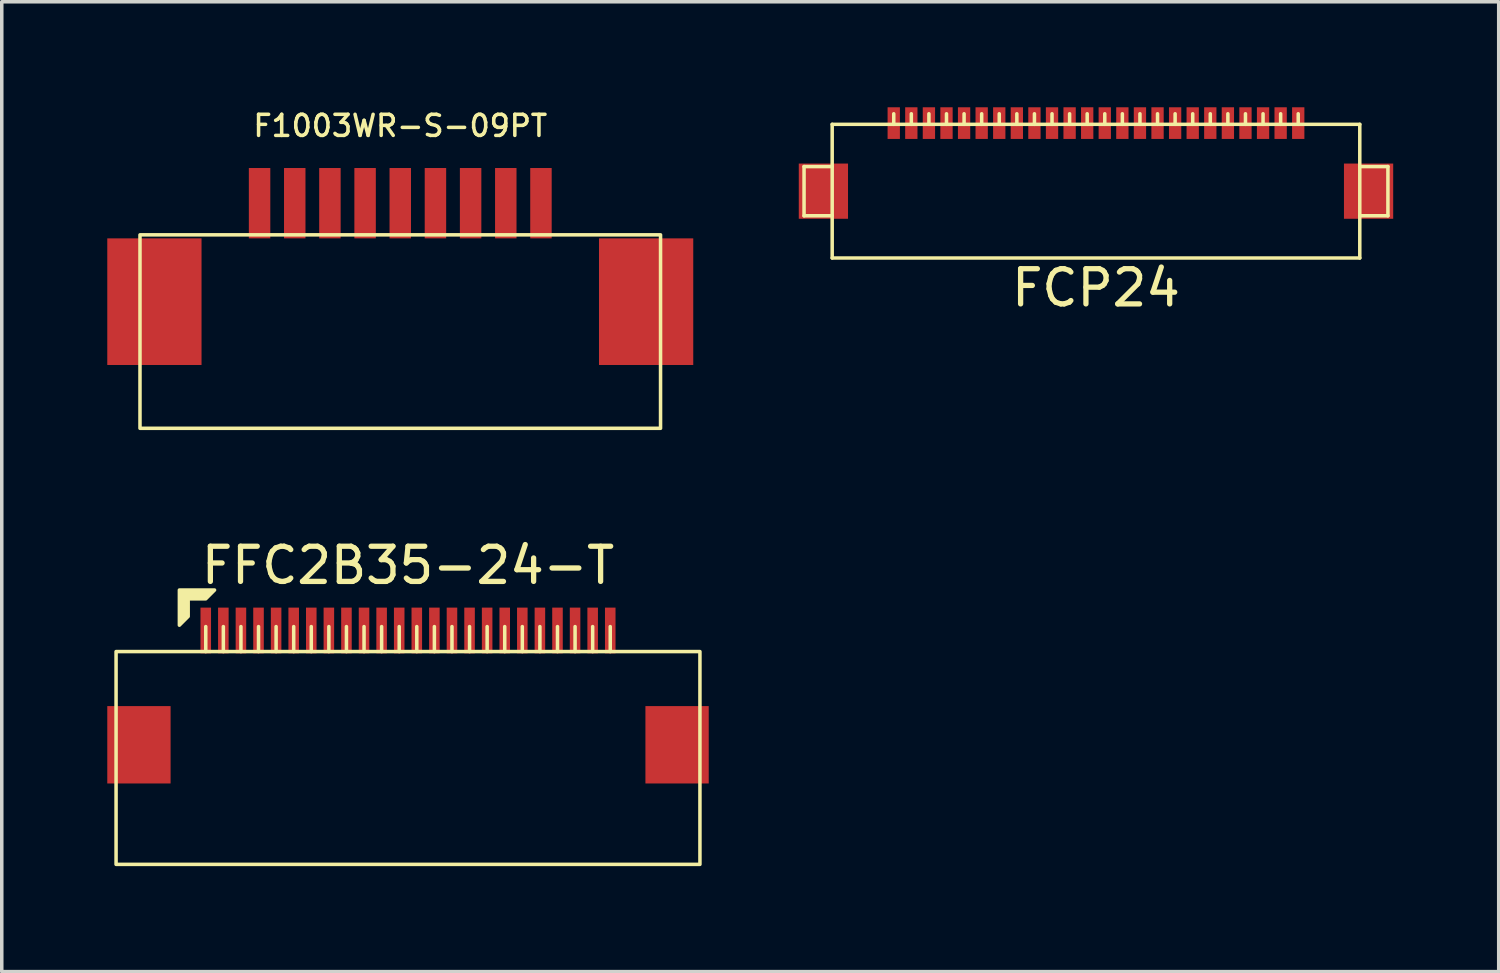
<source format=kicad_pcb>
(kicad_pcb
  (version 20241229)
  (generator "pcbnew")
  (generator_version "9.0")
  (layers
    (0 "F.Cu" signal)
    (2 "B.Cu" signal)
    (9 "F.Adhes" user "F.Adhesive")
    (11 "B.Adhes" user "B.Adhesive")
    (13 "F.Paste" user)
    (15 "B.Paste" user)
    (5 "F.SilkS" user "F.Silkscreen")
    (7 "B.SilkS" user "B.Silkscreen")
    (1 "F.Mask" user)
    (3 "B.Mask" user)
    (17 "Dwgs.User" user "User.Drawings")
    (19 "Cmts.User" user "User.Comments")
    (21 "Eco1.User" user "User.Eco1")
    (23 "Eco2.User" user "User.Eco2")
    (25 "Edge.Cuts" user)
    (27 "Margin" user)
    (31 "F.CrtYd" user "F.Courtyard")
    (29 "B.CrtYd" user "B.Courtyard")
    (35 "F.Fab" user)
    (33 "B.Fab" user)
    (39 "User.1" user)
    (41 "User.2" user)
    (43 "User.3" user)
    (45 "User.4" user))
  (footprint "F1003WR-S-09PT"
    (layer "F.Cu")
    (at 8.33 4.527)
    (property "Reference" "F1003WR-S-09PT" (at 0 -4 0) (layer "F.SilkS") (effects (font (size 0.6 0.6) (thickness 0.1))))
    (attr smd)
    (fp_rect (start -7.4 -0.9) (end 7.4 4.6) (stroke (width 0.1) (type default)) (fill no) (layer "F.SilkS"))
    (pad "" smd rect (at -6.99 1) (size 2.68 3.6) (layers "F.Cu" "F.Mask" "F.Paste"))
    (pad "" smd rect (at 6.99 1) (size 2.68 3.6) (layers "F.Cu" "F.Mask" "F.Paste"))
    (pad "1" smd rect (at -4 -1.8) (size 0.61 2) (layers "F.Cu" "F.Mask" "F.Paste"))
    (pad "2" smd rect (at -3 -1.8) (size 0.61 2) (layers "F.Cu" "F.Mask" "F.Paste"))
    (pad "3" smd rect (at -2 -1.8) (size 0.61 2) (layers "F.Cu" "F.Mask" "F.Paste"))
    (pad "4" smd rect (at -1 -1.8) (size 0.61 2) (layers "F.Cu" "F.Mask" "F.Paste"))
    (pad "5" smd rect (at 0 -1.8) (size 0.61 2) (layers "F.Cu" "F.Mask" "F.Paste"))
    (pad "6" smd rect (at 1 -1.8) (size 0.61 2) (layers "F.Cu" "F.Mask" "F.Paste"))
    (pad "7" smd rect (at 2 -1.8) (size 0.61 2) (layers "F.Cu" "F.Mask" "F.Paste"))
    (pad "8" smd rect (at 3 -1.8) (size 0.61 2) (layers "F.Cu" "F.Mask" "F.Paste"))
    (pad "9" smd rect (at 4 -1.8) (size 0.61 2) (layers "F.Cu" "F.Mask" "F.Paste")))
  (footprint "FFC2B35-24-T"
    (layer "F.Cu")
    (at 8.55 16.725)
    (property "Reference" "FFC2B35-24-T" (at 0 -3.7 0) (layer "F.SilkS") (effects (font (size 1 1) (thickness 0.15))))
    (attr smd)
    (fp_line (start -5.75 -1.96) (end -5.75 -1.25) (stroke (width 0.1) (type default)) (layer "F.SilkS"))
    (fp_line (start -5.25 -1.96) (end -5.25 -1.25) (stroke (width 0.1) (type default)) (layer "F.SilkS"))
    (fp_line (start -4.75 -1.96) (end -4.75 -1.25) (stroke (width 0.1) (type default)) (layer "F.SilkS"))
    (fp_line (start -4.25 -1.96) (end -4.25 -1.25) (stroke (width 0.1) (type default)) (layer "F.SilkS"))
    (fp_line (start -3.75 -1.96) (end -3.75 -1.25) (stroke (width 0.1) (type default)) (layer "F.SilkS"))
    (fp_line (start -3.25 -1.96) (end -3.25 -1.25) (stroke (width 0.1) (type default)) (layer "F.SilkS"))
    (fp_line (start -2.75 -1.96) (end -2.75 -1.25) (stroke (width 0.1) (type default)) (layer "F.SilkS"))
    (fp_line (start -2.25 -1.96) (end -2.25 -1.25) (stroke (width 0.1) (type default)) (layer "F.SilkS"))
    (fp_line (start -1.75 -1.96) (end -1.75 -1.25) (stroke (width 0.1) (type default)) (layer "F.SilkS"))
    (fp_line (start -1.25 -1.96) (end -1.25 -1.25) (stroke (width 0.1) (type default)) (layer "F.SilkS"))
    (fp_line (start -0.75 -1.96) (end -0.75 -1.25) (stroke (width 0.1) (type default)) (layer "F.SilkS"))
    (fp_line (start -0.25 -1.96) (end -0.25 -1.25) (stroke (width 0.1) (type default)) (layer "F.SilkS"))
    (fp_line (start 0.25 -1.96) (end 0.25 -1.25) (stroke (width 0.1) (type default)) (layer "F.SilkS"))
    (fp_line (start 0.75 -1.96) (end 0.75 -1.25) (stroke (width 0.1) (type default)) (layer "F.SilkS"))
    (fp_line (start 1.25 -1.96) (end 1.25 -1.25) (stroke (width 0.1) (type default)) (layer "F.SilkS"))
    (fp_line (start 1.75 -1.96) (end 1.75 -1.25) (stroke (width 0.1) (type default)) (layer "F.SilkS"))
    (fp_line (start 2.25 -1.96) (end 2.25 -1.25) (stroke (width 0.1) (type default)) (layer "F.SilkS"))
    (fp_line (start 2.75 -1.96) (end 2.75 -1.25) (stroke (width 0.1) (type default)) (layer "F.SilkS"))
    (fp_line (start 3.25 -1.96) (end 3.25 -1.25) (stroke (width 0.1) (type default)) (layer "F.SilkS"))
    (fp_line (start 3.75 -1.96) (end 3.75 -1.25) (stroke (width 0.1) (type default)) (layer "F.SilkS"))
    (fp_line (start 4.25 -1.96) (end 4.25 -1.25) (stroke (width 0.1) (type default)) (layer "F.SilkS"))
    (fp_line (start 4.75 -1.96) (end 4.75 -1.25) (stroke (width 0.1) (type default)) (layer "F.SilkS"))
    (fp_line (start 5.25 -1.96) (end 5.25 -1.25) (stroke (width 0.1) (type default)) (layer "F.SilkS"))
    (fp_line (start 5.75 -1.96) (end 5.75 -1.25) (stroke (width 0.1) (type default)) (layer "F.SilkS"))
    (fp_rect (start -8.3 -1.25) (end 8.3 4.8) (stroke (width 0.1) (type default)) (fill no) (layer "F.SilkS"))
    (fp_poly (pts (xy -6.25 -2.25) (xy -6.25 -2.75) (xy -5.75 -2.75) (xy -5.5 -3) (xy -6.5 -3) (xy -6.5 -2)) (stroke (width 0.1) (type solid)) (fill yes) (layer "F.SilkS"))
    (pad "1" smd rect (at -5.75 -1.85) (size 0.3 1.3) (layers "F.Cu" "F.Mask" "F.Paste"))
    (pad "2" smd rect (at -5.25 -1.85) (size 0.3 1.3) (layers "F.Cu" "F.Mask" "F.Paste"))
    (pad "3" smd rect (at -4.75 -1.85) (size 0.3 1.3) (layers "F.Cu" "F.Mask" "F.Paste"))
    (pad "4" smd rect (at -4.25 -1.85) (size 0.3 1.3) (layers "F.Cu" "F.Mask" "F.Paste"))
    (pad "5" smd rect (at -3.75 -1.85) (size 0.3 1.3) (layers "F.Cu" "F.Mask" "F.Paste"))
    (pad "6" smd rect (at -3.25 -1.85) (size 0.3 1.3) (layers "F.Cu" "F.Mask" "F.Paste"))
    (pad "7" smd rect (at -2.75 -1.85) (size 0.3 1.3) (layers "F.Cu" "F.Mask" "F.Paste"))
    (pad "8" smd rect (at -2.25 -1.85) (size 0.3 1.3) (layers "F.Cu" "F.Mask" "F.Paste"))
    (pad "9" smd rect (at -1.75 -1.85) (size 0.3 1.3) (layers "F.Cu" "F.Mask" "F.Paste"))
    (pad "10" smd rect (at -1.25 -1.85) (size 0.3 1.3) (layers "F.Cu" "F.Mask" "F.Paste"))
    (pad "11" smd rect (at -0.75 -1.85) (size 0.3 1.3) (layers "F.Cu" "F.Mask" "F.Paste"))
    (pad "12" smd rect (at -0.25 -1.85) (size 0.3 1.3) (layers "F.Cu" "F.Mask" "F.Paste"))
    (pad "13" smd rect (at 0.25 -1.85) (size 0.3 1.3) (layers "F.Cu" "F.Mask" "F.Paste"))
    (pad "14" smd rect (at 0.75 -1.85) (size 0.3 1.3) (layers "F.Cu" "F.Mask" "F.Paste"))
    (pad "15" smd rect (at 1.25 -1.85) (size 0.3 1.3) (layers "F.Cu" "F.Mask" "F.Paste"))
    (pad "16" smd rect (at 1.75 -1.85) (size 0.3 1.3) (layers "F.Cu" "F.Mask" "F.Paste"))
    (pad "17" smd rect (at 2.25 -1.85) (size 0.3 1.3) (layers "F.Cu" "F.Mask" "F.Paste"))
    (pad "18" smd rect (at 2.75 -1.85) (size 0.3 1.3) (layers "F.Cu" "F.Mask" "F.Paste"))
    (pad "19" smd rect (at 3.25 -1.85) (size 0.3 1.3) (layers "F.Cu" "F.Mask" "F.Paste"))
    (pad "20" smd rect (at 3.75 -1.85) (size 0.3 1.3) (layers "F.Cu" "F.Mask" "F.Paste"))
    (pad "21" smd rect (at 4.25 -1.85) (size 0.3 1.3) (layers "F.Cu" "F.Mask" "F.Paste"))
    (pad "22" smd rect (at 4.75 -1.85) (size 0.3 1.3) (layers "F.Cu" "F.Mask" "F.Paste"))
    (pad "23" smd rect (at 5.25 -1.85) (size 0.3 1.3) (layers "F.Cu" "F.Mask" "F.Paste"))
    (pad "24" smd rect (at 5.75 -1.85) (size 0.3 1.3) (layers "F.Cu" "F.Mask" "F.Paste"))
    (pad "MP" smd rect (at -7.65 1.4) (size 1.8 2.2) (layers "F.Cu" "F.Mask" "F.Paste"))
    (pad "MP" smd rect (at 7.65 1.4) (size 1.8 2.2) (layers "F.Cu" "F.Mask" "F.Paste")))
  (footprint "FCP24"
    (layer "F.Cu")
    (at 28.11 2.385)
    (property "Reference" "FCP24" (at 0 2.75 0) (layer "F.SilkS") (effects (font (size 1 1) (thickness 0.15))))
    (attr smd)
    (fp_line (start -8.3 -0.7) (end -8.3 0.7) (stroke (width 0.1) (type solid)) (layer "F.SilkS"))
    (fp_line (start -8.3 0.7) (end -7.5 0.7) (stroke (width 0.1) (type solid)) (layer "F.SilkS"))
    (fp_line (start -7.5 -1.9) (end -7.5 1.9) (stroke (width 0.1) (type solid)) (layer "F.SilkS"))
    (fp_line (start -7.5 -0.7) (end -8.3 -0.7) (stroke (width 0.1) (type solid)) (layer "F.SilkS"))
    (fp_line (start -7.5 1.9) (end 7.5 1.9) (stroke (width 0.1) (type solid)) (layer "F.SilkS"))
    (fp_line (start -5.75 -1.9) (end -5.75 -2.2) (stroke (width 0.1) (type solid)) (layer "F.SilkS"))
    (fp_line (start -5.25 -1.9) (end -5.25 -2.2) (stroke (width 0.1) (type solid)) (layer "F.SilkS"))
    (fp_line (start -4.75 -1.9) (end -4.75 -2.2) (stroke (width 0.1) (type solid)) (layer "F.SilkS"))
    (fp_line (start -4.25 -1.9) (end -4.25 -2.2) (stroke (width 0.1) (type solid)) (layer "F.SilkS"))
    (fp_line (start -3.75 -1.9) (end -3.75 -2.2) (stroke (width 0.1) (type solid)) (layer "F.SilkS"))
    (fp_line (start -3.25 -1.9) (end -3.25 -2.2) (stroke (width 0.1) (type solid)) (layer "F.SilkS"))
    (fp_line (start -2.75 -1.9) (end -2.75 -2.2) (stroke (width 0.1) (type solid)) (layer "F.SilkS"))
    (fp_line (start -2.25 -1.9) (end -2.25 -2.2) (stroke (width 0.1) (type solid)) (layer "F.SilkS"))
    (fp_line (start -1.75 -1.9) (end -1.75 -2.2) (stroke (width 0.1) (type solid)) (layer "F.SilkS"))
    (fp_line (start -1.25 -1.9) (end -1.25 -2.2) (stroke (width 0.1) (type solid)) (layer "F.SilkS"))
    (fp_line (start -0.75 -1.9) (end -0.75 -2.2) (stroke (width 0.1) (type solid)) (layer "F.SilkS"))
    (fp_line (start -0.25 -1.9) (end -0.25 -2.2) (stroke (width 0.1) (type solid)) (layer "F.SilkS"))
    (fp_line (start 0.25 -1.9) (end 0.25 -2.2) (stroke (width 0.1) (type solid)) (layer "F.SilkS"))
    (fp_line (start 0.75 -1.9) (end 0.75 -2.2) (stroke (width 0.1) (type solid)) (layer "F.SilkS"))
    (fp_line (start 1.25 -1.9) (end 1.25 -2.2) (stroke (width 0.1) (type solid)) (layer "F.SilkS"))
    (fp_line (start 1.75 -1.9) (end 1.75 -2.2) (stroke (width 0.1) (type solid)) (layer "F.SilkS"))
    (fp_line (start 2.25 -1.9) (end 2.25 -2.2) (stroke (width 0.1) (type solid)) (layer "F.SilkS"))
    (fp_line (start 2.75 -1.9) (end 2.75 -2.2) (stroke (width 0.1) (type solid)) (layer "F.SilkS"))
    (fp_line (start 3.25 -1.9) (end 3.25 -2.2) (stroke (width 0.1) (type solid)) (layer "F.SilkS"))
    (fp_line (start 3.75 -1.9) (end 3.75 -2.2) (stroke (width 0.1) (type solid)) (layer "F.SilkS"))
    (fp_line (start 4.25 -1.9) (end 4.25 -2.2) (stroke (width 0.1) (type solid)) (layer "F.SilkS"))
    (fp_line (start 4.75 -1.9) (end 4.75 -2.2) (stroke (width 0.1) (type solid)) (layer "F.SilkS"))
    (fp_line (start 5.25 -1.9) (end 5.25 -2.2) (stroke (width 0.1) (type solid)) (layer "F.SilkS"))
    (fp_line (start 5.75 -1.9) (end 5.75 -2.2) (stroke (width 0.1) (type solid)) (layer "F.SilkS"))
    (fp_line (start 7.5 -1.9) (end -7.5 -1.9) (stroke (width 0.1) (type solid)) (layer "F.SilkS"))
    (fp_line (start 7.5 -1.9) (end 7.5 1.9) (stroke (width 0.1) (type solid)) (layer "F.SilkS"))
    (fp_line (start 7.5 -0.7) (end 8.3 -0.7) (stroke (width 0.1) (type solid)) (layer "F.SilkS"))
    (fp_line (start 8.3 -0.7) (end 8.3 0.7) (stroke (width 0.1) (type solid)) (layer "F.SilkS"))
    (fp_line (start 8.3 0.7) (end 7.5 0.7) (stroke (width 0.1) (type solid)) (layer "F.SilkS"))
    (pad "0" smd rect (at -7.75 0) (size 1.4 1.57) (layers "F.Cu" "F.Mask" "F.Paste"))
    (pad "0" smd rect (at 7.75 0) (size 1.4 1.57) (layers "F.Cu" "F.Mask" "F.Paste"))
    (pad "1" smd rect (at -5.75 -1.935) (size 0.35 0.9) (layers "F.Cu" "F.Mask" "F.Paste"))
    (pad "2" smd rect (at -5.25 -1.935) (size 0.35 0.9) (layers "F.Cu" "F.Mask" "F.Paste"))
    (pad "3" smd rect (at -4.75 -1.935) (size 0.35 0.9) (layers "F.Cu" "F.Mask" "F.Paste"))
    (pad "4" smd rect (at -4.25 -1.935) (size 0.35 0.9) (layers "F.Cu" "F.Mask" "F.Paste"))
    (pad "5" smd rect (at -3.75 -1.935) (size 0.35 0.9) (layers "F.Cu" "F.Mask" "F.Paste"))
    (pad "6" smd rect (at -3.25 -1.935) (size 0.35 0.9) (layers "F.Cu" "F.Mask" "F.Paste"))
    (pad "7" smd rect (at -2.75 -1.935) (size 0.35 0.9) (layers "F.Cu" "F.Mask" "F.Paste"))
    (pad "8" smd rect (at -2.25 -1.935) (size 0.35 0.9) (layers "F.Cu" "F.Mask" "F.Paste"))
    (pad "9" smd rect (at -1.75 -1.935) (size 0.35 0.9) (layers "F.Cu" "F.Mask" "F.Paste"))
    (pad "10" smd rect (at -1.25 -1.935) (size 0.35 0.9) (layers "F.Cu" "F.Mask" "F.Paste"))
    (pad "11" smd rect (at -0.75 -1.935) (size 0.35 0.9) (layers "F.Cu" "F.Mask" "F.Paste"))
    (pad "12" smd rect (at -0.25 -1.935) (size 0.35 0.9) (layers "F.Cu" "F.Mask" "F.Paste"))
    (pad "13" smd rect (at 0.25 -1.935) (size 0.35 0.9) (layers "F.Cu" "F.Mask" "F.Paste"))
    (pad "14" smd rect (at 0.75 -1.935) (size 0.35 0.9) (layers "F.Cu" "F.Mask" "F.Paste"))
    (pad "15" smd rect (at 1.25 -1.935) (size 0.35 0.9) (layers "F.Cu" "F.Mask" "F.Paste"))
    (pad "16" smd rect (at 1.75 -1.935) (size 0.35 0.9) (layers "F.Cu" "F.Mask" "F.Paste"))
    (pad "17" smd rect (at 2.25 -1.935) (size 0.35 0.9) (layers "F.Cu" "F.Mask" "F.Paste"))
    (pad "18" smd rect (at 2.75 -1.935) (size 0.35 0.9) (layers "F.Cu" "F.Mask" "F.Paste"))
    (pad "19" smd rect (at 3.25 -1.935) (size 0.35 0.9) (layers "F.Cu" "F.Mask" "F.Paste"))
    (pad "20" smd rect (at 3.75 -1.935) (size 0.35 0.9) (layers "F.Cu" "F.Mask" "F.Paste"))
    (pad "21" smd rect (at 4.25 -1.935) (size 0.35 0.9) (layers "F.Cu" "F.Mask" "F.Paste"))
    (pad "22" smd rect (at 4.75 -1.935) (size 0.35 0.9) (layers "F.Cu" "F.Mask" "F.Paste"))
    (pad "23" smd rect (at 5.25 -1.935) (size 0.35 0.9) (layers "F.Cu" "F.Mask" "F.Paste"))
    (pad "24" smd rect (at 5.75 -1.935) (size 0.35 0.9) (layers "F.Cu" "F.Mask" "F.Paste")))
  (gr_rect
    (start -3 -3)
    (end 39.56 24.575)
    (stroke (width 0.1) (type default))
    (fill no)
    (layer "Edge.Cuts")))
</source>
